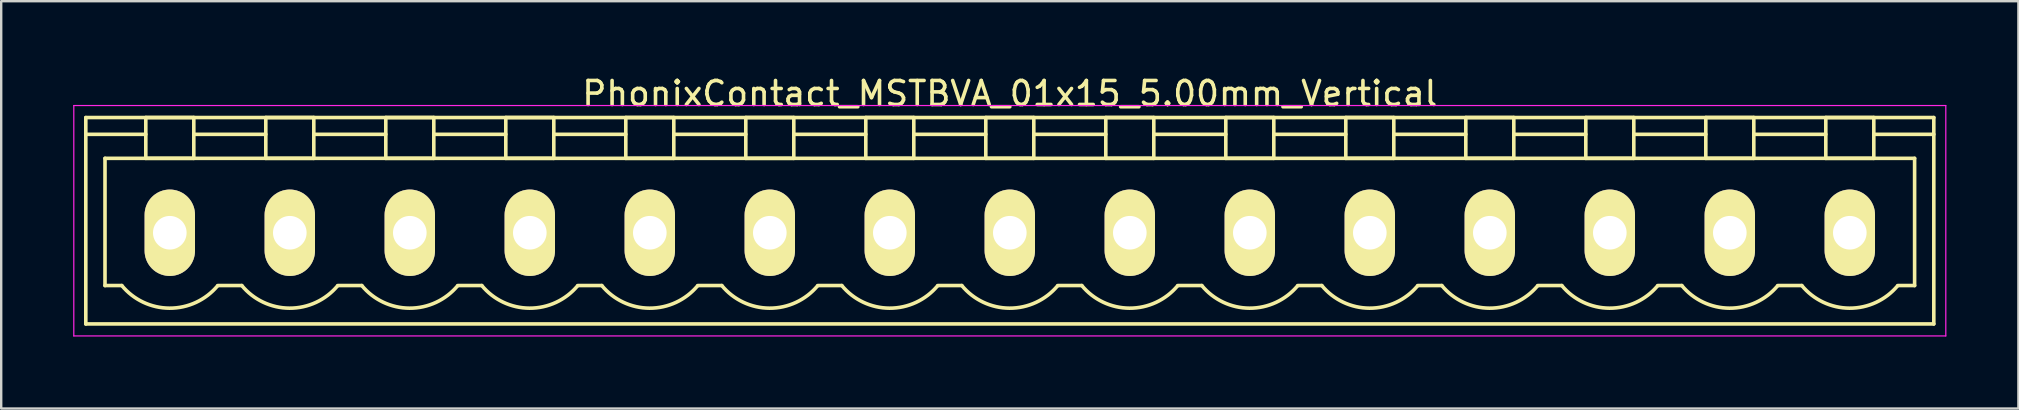
<source format=kicad_pcb>
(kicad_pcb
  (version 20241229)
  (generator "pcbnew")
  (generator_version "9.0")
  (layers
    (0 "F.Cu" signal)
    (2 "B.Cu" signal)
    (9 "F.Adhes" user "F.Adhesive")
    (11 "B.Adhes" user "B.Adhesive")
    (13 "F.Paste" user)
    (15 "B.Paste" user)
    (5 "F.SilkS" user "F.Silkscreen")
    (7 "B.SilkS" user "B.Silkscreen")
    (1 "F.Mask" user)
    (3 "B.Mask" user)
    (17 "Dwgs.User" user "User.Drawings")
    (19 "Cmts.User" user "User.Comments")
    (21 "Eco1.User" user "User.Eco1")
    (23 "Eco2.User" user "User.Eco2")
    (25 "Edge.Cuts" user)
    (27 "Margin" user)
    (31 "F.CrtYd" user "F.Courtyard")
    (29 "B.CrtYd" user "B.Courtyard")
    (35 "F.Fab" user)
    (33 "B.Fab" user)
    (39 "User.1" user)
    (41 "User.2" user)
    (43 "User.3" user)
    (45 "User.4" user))
  (footprint "PhonixContact_MSTBVA_01x15_5.00mm_Vertical"
    (layer "F.Cu")
    (at 4.025 6.648)
    (property "Reference" "PhonixContact_MSTBVA_01x15_5.00mm_Vertical" (at 35 -5.8 0) (layer "F.SilkS") (effects (font (size 1 1) (thickness 0.15))))
    (attr through_hole)
    (fp_line (start -3.5 -4.8) (end -3.5 3.8) (stroke (width 0.15) (type solid)) (layer "F.SilkS"))
    (fp_line (start -3.5 -4.1) (end -1 -4.1) (stroke (width 0.15) (type solid)) (layer "F.SilkS"))
    (fp_line (start -3.5 3.8) (end 73.5 3.8) (stroke (width 0.15) (type solid)) (layer "F.SilkS"))
    (fp_line (start -2.7 -3.1) (end 72.7 -3.1) (stroke (width 0.15) (type solid)) (layer "F.SilkS"))
    (fp_line (start -2.7 2.2) (end -2.7 -3.1) (stroke (width 0.15) (type solid)) (layer "F.SilkS"))
    (fp_line (start -2 2.2) (end -2.7 2.2) (stroke (width 0.15) (type solid)) (layer "F.SilkS"))
    (fp_line (start -1 -4.8) (end 1 -4.8) (stroke (width 0.15) (type solid)) (layer "F.SilkS"))
    (fp_line (start -1 -3.1) (end -1 -4.8) (stroke (width 0.15) (type solid)) (layer "F.SilkS"))
    (fp_line (start 1 -4.8) (end 1 -3.1) (stroke (width 0.15) (type solid)) (layer "F.SilkS"))
    (fp_line (start 1 -4.1) (end 4 -4.1) (stroke (width 0.15) (type solid)) (layer "F.SilkS"))
    (fp_line (start 1 -3.1) (end -1 -3.1) (stroke (width 0.15) (type solid)) (layer "F.SilkS"))
    (fp_line (start 2 2.2) (end 3 2.2) (stroke (width 0.15) (type solid)) (layer "F.SilkS"))
    (fp_line (start 4 -4.8) (end 6 -4.8) (stroke (width 0.15) (type solid)) (layer "F.SilkS"))
    (fp_line (start 4 -3.1) (end 4 -4.8) (stroke (width 0.15) (type solid)) (layer "F.SilkS"))
    (fp_line (start 6 -4.8) (end 6 -3.1) (stroke (width 0.15) (type solid)) (layer "F.SilkS"))
    (fp_line (start 6 -4.1) (end 9 -4.1) (stroke (width 0.15) (type solid)) (layer "F.SilkS"))
    (fp_line (start 6 -3.1) (end 4 -3.1) (stroke (width 0.15) (type solid)) (layer "F.SilkS"))
    (fp_line (start 7 2.2) (end 8 2.2) (stroke (width 0.15) (type solid)) (layer "F.SilkS"))
    (fp_line (start 9 -4.8) (end 11 -4.8) (stroke (width 0.15) (type solid)) (layer "F.SilkS"))
    (fp_line (start 9 -3.1) (end 9 -4.8) (stroke (width 0.15) (type solid)) (layer "F.SilkS"))
    (fp_line (start 11 -4.8) (end 11 -3.1) (stroke (width 0.15) (type solid)) (layer "F.SilkS"))
    (fp_line (start 11 -4.1) (end 14 -4.1) (stroke (width 0.15) (type solid)) (layer "F.SilkS"))
    (fp_line (start 11 -3.1) (end 9 -3.1) (stroke (width 0.15) (type solid)) (layer "F.SilkS"))
    (fp_line (start 12 2.2) (end 13 2.2) (stroke (width 0.15) (type solid)) (layer "F.SilkS"))
    (fp_line (start 14 -4.8) (end 16 -4.8) (stroke (width 0.15) (type solid)) (layer "F.SilkS"))
    (fp_line (start 14 -3.1) (end 14 -4.8) (stroke (width 0.15) (type solid)) (layer "F.SilkS"))
    (fp_line (start 16 -4.8) (end 16 -3.1) (stroke (width 0.15) (type solid)) (layer "F.SilkS"))
    (fp_line (start 16 -4.1) (end 19 -4.1) (stroke (width 0.15) (type solid)) (layer "F.SilkS"))
    (fp_line (start 16 -3.1) (end 14 -3.1) (stroke (width 0.15) (type solid)) (layer "F.SilkS"))
    (fp_line (start 17 2.2) (end 18 2.2) (stroke (width 0.15) (type solid)) (layer "F.SilkS"))
    (fp_line (start 19 -4.8) (end 21 -4.8) (stroke (width 0.15) (type solid)) (layer "F.SilkS"))
    (fp_line (start 19 -3.1) (end 19 -4.8) (stroke (width 0.15) (type solid)) (layer "F.SilkS"))
    (fp_line (start 21 -4.8) (end 21 -3.1) (stroke (width 0.15) (type solid)) (layer "F.SilkS"))
    (fp_line (start 21 -4.1) (end 24 -4.1) (stroke (width 0.15) (type solid)) (layer "F.SilkS"))
    (fp_line (start 21 -3.1) (end 19 -3.1) (stroke (width 0.15) (type solid)) (layer "F.SilkS"))
    (fp_line (start 22 2.2) (end 23 2.2) (stroke (width 0.15) (type solid)) (layer "F.SilkS"))
    (fp_line (start 24 -4.8) (end 26 -4.8) (stroke (width 0.15) (type solid)) (layer "F.SilkS"))
    (fp_line (start 24 -3.1) (end 24 -4.8) (stroke (width 0.15) (type solid)) (layer "F.SilkS"))
    (fp_line (start 26 -4.8) (end 26 -3.1) (stroke (width 0.15) (type solid)) (layer "F.SilkS"))
    (fp_line (start 26 -4.1) (end 29 -4.1) (stroke (width 0.15) (type solid)) (layer "F.SilkS"))
    (fp_line (start 26 -3.1) (end 24 -3.1) (stroke (width 0.15) (type solid)) (layer "F.SilkS"))
    (fp_line (start 27 2.2) (end 28 2.2) (stroke (width 0.15) (type solid)) (layer "F.SilkS"))
    (fp_line (start 29 -4.8) (end 31 -4.8) (stroke (width 0.15) (type solid)) (layer "F.SilkS"))
    (fp_line (start 29 -3.1) (end 29 -4.8) (stroke (width 0.15) (type solid)) (layer "F.SilkS"))
    (fp_line (start 31 -4.8) (end 31 -3.1) (stroke (width 0.15) (type solid)) (layer "F.SilkS"))
    (fp_line (start 31 -4.1) (end 34 -4.1) (stroke (width 0.15) (type solid)) (layer "F.SilkS"))
    (fp_line (start 31 -3.1) (end 29 -3.1) (stroke (width 0.15) (type solid)) (layer "F.SilkS"))
    (fp_line (start 32 2.2) (end 33 2.2) (stroke (width 0.15) (type solid)) (layer "F.SilkS"))
    (fp_line (start 34 -4.8) (end 36 -4.8) (stroke (width 0.15) (type solid)) (layer "F.SilkS"))
    (fp_line (start 34 -3.1) (end 34 -4.8) (stroke (width 0.15) (type solid)) (layer "F.SilkS"))
    (fp_line (start 36 -4.8) (end 36 -3.1) (stroke (width 0.15) (type solid)) (layer "F.SilkS"))
    (fp_line (start 36 -4.1) (end 39 -4.1) (stroke (width 0.15) (type solid)) (layer "F.SilkS"))
    (fp_line (start 36 -3.1) (end 34 -3.1) (stroke (width 0.15) (type solid)) (layer "F.SilkS"))
    (fp_line (start 37 2.2) (end 38 2.2) (stroke (width 0.15) (type solid)) (layer "F.SilkS"))
    (fp_line (start 39 -4.8) (end 41 -4.8) (stroke (width 0.15) (type solid)) (layer "F.SilkS"))
    (fp_line (start 39 -3.1) (end 39 -4.8) (stroke (width 0.15) (type solid)) (layer "F.SilkS"))
    (fp_line (start 41 -4.8) (end 41 -3.1) (stroke (width 0.15) (type solid)) (layer "F.SilkS"))
    (fp_line (start 41 -4.1) (end 44 -4.1) (stroke (width 0.15) (type solid)) (layer "F.SilkS"))
    (fp_line (start 41 -3.1) (end 39 -3.1) (stroke (width 0.15) (type solid)) (layer "F.SilkS"))
    (fp_line (start 42 2.2) (end 43 2.2) (stroke (width 0.15) (type solid)) (layer "F.SilkS"))
    (fp_line (start 44 -4.8) (end 46 -4.8) (stroke (width 0.15) (type solid)) (layer "F.SilkS"))
    (fp_line (start 44 -3.1) (end 44 -4.8) (stroke (width 0.15) (type solid)) (layer "F.SilkS"))
    (fp_line (start 46 -4.8) (end 46 -3.1) (stroke (width 0.15) (type solid)) (layer "F.SilkS"))
    (fp_line (start 46 -4.1) (end 49 -4.1) (stroke (width 0.15) (type solid)) (layer "F.SilkS"))
    (fp_line (start 46 -3.1) (end 44 -3.1) (stroke (width 0.15) (type solid)) (layer "F.SilkS"))
    (fp_line (start 47 2.2) (end 48 2.2) (stroke (width 0.15) (type solid)) (layer "F.SilkS"))
    (fp_line (start 49 -4.8) (end 51 -4.8) (stroke (width 0.15) (type solid)) (layer "F.SilkS"))
    (fp_line (start 49 -3.1) (end 49 -4.8) (stroke (width 0.15) (type solid)) (layer "F.SilkS"))
    (fp_line (start 51 -4.8) (end 51 -3.1) (stroke (width 0.15) (type solid)) (layer "F.SilkS"))
    (fp_line (start 51 -4.1) (end 54 -4.1) (stroke (width 0.15) (type solid)) (layer "F.SilkS"))
    (fp_line (start 51 -3.1) (end 49 -3.1) (stroke (width 0.15) (type solid)) (layer "F.SilkS"))
    (fp_line (start 52 2.2) (end 53 2.2) (stroke (width 0.15) (type solid)) (layer "F.SilkS"))
    (fp_line (start 54 -4.8) (end 56 -4.8) (stroke (width 0.15) (type solid)) (layer "F.SilkS"))
    (fp_line (start 54 -3.1) (end 54 -4.8) (stroke (width 0.15) (type solid)) (layer "F.SilkS"))
    (fp_line (start 56 -4.8) (end 56 -3.1) (stroke (width 0.15) (type solid)) (layer "F.SilkS"))
    (fp_line (start 56 -4.1) (end 59 -4.1) (stroke (width 0.15) (type solid)) (layer "F.SilkS"))
    (fp_line (start 56 -3.1) (end 54 -3.1) (stroke (width 0.15) (type solid)) (layer "F.SilkS"))
    (fp_line (start 57 2.2) (end 58 2.2) (stroke (width 0.15) (type solid)) (layer "F.SilkS"))
    (fp_line (start 59 -4.8) (end 61 -4.8) (stroke (width 0.15) (type solid)) (layer "F.SilkS"))
    (fp_line (start 59 -3.1) (end 59 -4.8) (stroke (width 0.15) (type solid)) (layer "F.SilkS"))
    (fp_line (start 61 -4.8) (end 61 -3.1) (stroke (width 0.15) (type solid)) (layer "F.SilkS"))
    (fp_line (start 61 -4.1) (end 64 -4.1) (stroke (width 0.15) (type solid)) (layer "F.SilkS"))
    (fp_line (start 61 -3.1) (end 59 -3.1) (stroke (width 0.15) (type solid)) (layer "F.SilkS"))
    (fp_line (start 62 2.2) (end 63 2.2) (stroke (width 0.15) (type solid)) (layer "F.SilkS"))
    (fp_line (start 64 -4.8) (end 66 -4.8) (stroke (width 0.15) (type solid)) (layer "F.SilkS"))
    (fp_line (start 64 -3.1) (end 64 -4.8) (stroke (width 0.15) (type solid)) (layer "F.SilkS"))
    (fp_line (start 66 -4.8) (end 66 -3.1) (stroke (width 0.15) (type solid)) (layer "F.SilkS"))
    (fp_line (start 66 -4.1) (end 69 -4.1) (stroke (width 0.15) (type solid)) (layer "F.SilkS"))
    (fp_line (start 66 -3.1) (end 64 -3.1) (stroke (width 0.15) (type solid)) (layer "F.SilkS"))
    (fp_line (start 67 2.2) (end 68 2.2) (stroke (width 0.15) (type solid)) (layer "F.SilkS"))
    (fp_line (start 69 -4.8) (end 71 -4.8) (stroke (width 0.15) (type solid)) (layer "F.SilkS"))
    (fp_line (start 69 -3.1) (end 69 -4.8) (stroke (width 0.15) (type solid)) (layer "F.SilkS"))
    (fp_line (start 71 -4.8) (end 71 -3.1) (stroke (width 0.15) (type solid)) (layer "F.SilkS"))
    (fp_line (start 71 -3.1) (end 69 -3.1) (stroke (width 0.15) (type solid)) (layer "F.SilkS"))
    (fp_line (start 72.7 -3.1) (end 72.7 2.2) (stroke (width 0.15) (type solid)) (layer "F.SilkS"))
    (fp_line (start 72.7 2.2) (end 72 2.2) (stroke (width 0.15) (type solid)) (layer "F.SilkS"))
    (fp_line (start 73.5 -4.8) (end -3.5 -4.8) (stroke (width 0.15) (type solid)) (layer "F.SilkS"))
    (fp_line (start 73.5 -4.1) (end 71 -4.1) (stroke (width 0.15) (type solid)) (layer "F.SilkS"))
    (fp_line (start 73.5 3.8) (end 73.5 -4.8) (stroke (width 0.15) (type solid)) (layer "F.SilkS"))
    (fp_arc (start 1.986842 2.215821) (mid -0.010289 3.142758) (end -2 2.2) (stroke (width 0.15) (type solid)) (layer "F.SilkS"))
    (fp_arc (start 6.986842 2.215821) (mid 4.989711 3.142758) (end 3 2.2) (stroke (width 0.15) (type solid)) (layer "F.SilkS"))
    (fp_arc (start 11.986842 2.215821) (mid 9.989711 3.142758) (end 8 2.2) (stroke (width 0.15) (type solid)) (layer "F.SilkS"))
    (fp_arc (start 16.986842 2.215821) (mid 14.989711 3.142758) (end 13 2.2) (stroke (width 0.15) (type solid)) (layer "F.SilkS"))
    (fp_arc (start 21.986842 2.215821) (mid 19.989711 3.142758) (end 18 2.2) (stroke (width 0.15) (type solid)) (layer "F.SilkS"))
    (fp_arc (start 26.986842 2.215821) (mid 24.989711 3.142758) (end 23 2.2) (stroke (width 0.15) (type solid)) (layer "F.SilkS"))
    (fp_arc (start 31.986842 2.215821) (mid 29.989711 3.142758) (end 28 2.2) (stroke (width 0.15) (type solid)) (layer "F.SilkS"))
    (fp_arc (start 36.986842 2.215821) (mid 34.989711 3.142758) (end 33 2.2) (stroke (width 0.15) (type solid)) (layer "F.SilkS"))
    (fp_arc (start 41.986842 2.215821) (mid 39.989711 3.142758) (end 38 2.2) (stroke (width 0.15) (type solid)) (layer "F.SilkS"))
    (fp_arc (start 46.986842 2.215821) (mid 44.989711 3.142758) (end 43 2.2) (stroke (width 0.15) (type solid)) (layer "F.SilkS"))
    (fp_arc (start 51.986842 2.215821) (mid 49.989711 3.142758) (end 48 2.2) (stroke (width 0.15) (type solid)) (layer "F.SilkS"))
    (fp_arc (start 56.986842 2.215821) (mid 54.989711 3.142758) (end 53 2.2) (stroke (width 0.15) (type solid)) (layer "F.SilkS"))
    (fp_arc (start 61.986842 2.215821) (mid 59.989711 3.142758) (end 58 2.2) (stroke (width 0.15) (type solid)) (layer "F.SilkS"))
    (fp_arc (start 66.986842 2.215821) (mid 64.989711 3.142758) (end 63 2.2) (stroke (width 0.15) (type solid)) (layer "F.SilkS"))
    (fp_arc (start 71.986842 2.215821) (mid 69.989711 3.142758) (end 68 2.2) (stroke (width 0.15) (type solid)) (layer "F.SilkS"))
    (fp_line (start -4 -5.3) (end -4 4.3) (stroke (width 0.05) (type solid)) (layer "F.CrtYd"))
    (fp_line (start -4 4.3) (end 74 4.3) (stroke (width 0.05) (type solid)) (layer "F.CrtYd"))
    (fp_line (start 74 -5.3) (end -4 -5.3) (stroke (width 0.05) (type solid)) (layer "F.CrtYd"))
    (fp_line (start 74 4.3) (end 74 -5.3) (stroke (width 0.05) (type solid)) (layer "F.CrtYd"))
    (pad "1" thru_hole oval (at 0 0) (size 2.1 3.6) (drill 1.4) (layers "*.Cu" "*.Mask" "F.SilkS"))
    (pad "2" thru_hole oval (at 5 0) (size 2.1 3.6) (drill 1.4) (layers "*.Cu" "*.Mask" "F.SilkS"))
    (pad "3" thru_hole oval (at 10 0) (size 2.1 3.6) (drill 1.4) (layers "*.Cu" "*.Mask" "F.SilkS"))
    (pad "4" thru_hole oval (at 15 0) (size 2.1 3.6) (drill 1.4) (layers "*.Cu" "*.Mask" "F.SilkS"))
    (pad "5" thru_hole oval (at 20 0) (size 2.1 3.6) (drill 1.4) (layers "*.Cu" "*.Mask" "F.SilkS"))
    (pad "6" thru_hole oval (at 25 0) (size 2.1 3.6) (drill 1.4) (layers "*.Cu" "*.Mask" "F.SilkS"))
    (pad "7" thru_hole oval (at 30 0) (size 2.1 3.6) (drill 1.4) (layers "*.Cu" "*.Mask" "F.SilkS"))
    (pad "8" thru_hole oval (at 35 0) (size 2.1 3.6) (drill 1.4) (layers "*.Cu" "*.Mask" "F.SilkS"))
    (pad "9" thru_hole oval (at 40 0) (size 2.1 3.6) (drill 1.4) (layers "*.Cu" "*.Mask" "F.SilkS"))
    (pad "10" thru_hole oval (at 45 0) (size 2.1 3.6) (drill 1.4) (layers "*.Cu" "*.Mask" "F.SilkS"))
    (pad "11" thru_hole oval (at 50 0) (size 2.1 3.6) (drill 1.4) (layers "*.Cu" "*.Mask" "F.SilkS"))
    (pad "12" thru_hole oval (at 55 0) (size 2.1 3.6) (drill 1.4) (layers "*.Cu" "*.Mask" "F.SilkS"))
    (pad "13" thru_hole oval (at 60 0) (size 2.1 3.6) (drill 1.4) (layers "*.Cu" "*.Mask" "F.SilkS"))
    (pad "14" thru_hole oval (at 65 0) (size 2.1 3.6) (drill 1.4) (layers "*.Cu" "*.Mask" "F.SilkS"))
    (pad "15" thru_hole oval (at 70 0) (size 2.1 3.6) (drill 1.4) (layers "*.Cu" "*.Mask" "F.SilkS")))
  (gr_rect
    (start -3 -3)
    (end 81.05 13.973)
    (stroke (width 0.1) (type default))
    (fill no)
    (layer "Edge.Cuts")))
</source>
